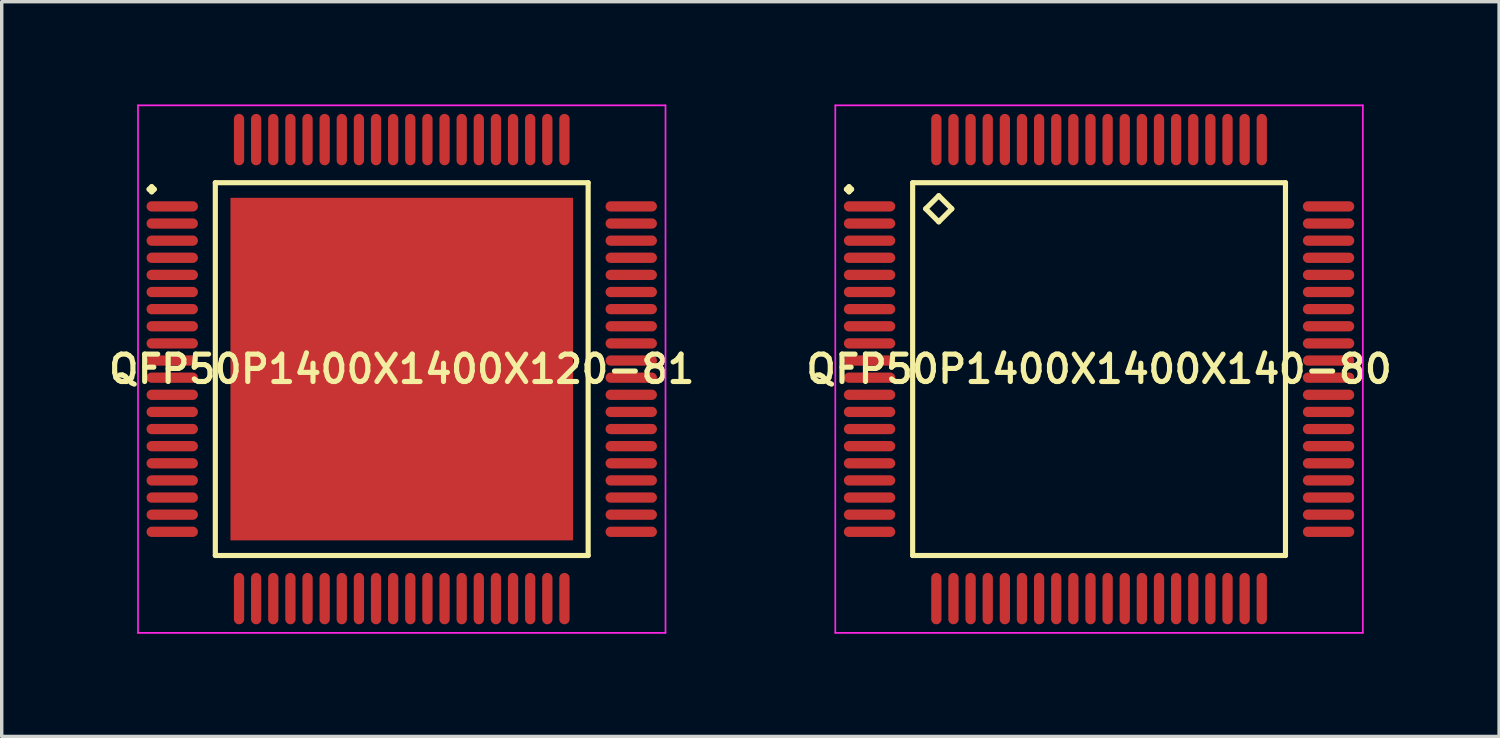
<source format=kicad_pcb>
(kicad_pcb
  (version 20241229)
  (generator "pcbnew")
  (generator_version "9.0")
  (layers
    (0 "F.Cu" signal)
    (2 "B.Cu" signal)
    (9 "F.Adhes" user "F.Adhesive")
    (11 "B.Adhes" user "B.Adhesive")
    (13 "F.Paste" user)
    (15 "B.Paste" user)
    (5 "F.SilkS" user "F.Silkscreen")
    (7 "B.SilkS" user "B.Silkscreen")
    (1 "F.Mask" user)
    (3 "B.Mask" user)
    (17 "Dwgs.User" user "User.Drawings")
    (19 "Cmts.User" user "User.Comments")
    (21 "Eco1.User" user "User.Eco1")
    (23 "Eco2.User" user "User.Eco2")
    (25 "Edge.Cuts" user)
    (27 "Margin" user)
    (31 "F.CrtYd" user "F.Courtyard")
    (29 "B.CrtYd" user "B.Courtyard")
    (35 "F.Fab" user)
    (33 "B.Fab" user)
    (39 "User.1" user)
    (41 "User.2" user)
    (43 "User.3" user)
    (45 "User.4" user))
  (footprint "QFP50P1400X1400X120-81"
    (layer "F.Cu")
    (at 8.678 7.725)
    (property "Reference" "QFP50P1400X1400X120-81" (at 0 0 0) (layer "F.SilkS") (effects (font (size 0.8 0.8) (thickness 0.15))))
    (attr smd)
    (fp_line (start -7.375 -5.25) (end -7.3 -5.325) (stroke (width 0.15) (type solid)) (layer "F.SilkS"))
    (fp_line (start -7.3 -5.325) (end -7.225 -5.25) (stroke (width 0.15) (type solid)) (layer "F.SilkS"))
    (fp_line (start -7.3 -5.175) (end -7.375 -5.25) (stroke (width 0.15) (type solid)) (layer "F.SilkS"))
    (fp_line (start -7.225 -5.25) (end -7.3 -5.175) (stroke (width 0.15) (type solid)) (layer "F.SilkS"))
    (fp_line (start -5.442 -5.442) (end -5.442 5.442) (stroke (width 0.15) (type solid)) (layer "F.SilkS"))
    (fp_line (start -5.442 5.442) (end 5.442 5.442) (stroke (width 0.15) (type solid)) (layer "F.SilkS"))
    (fp_line (start 5.442 -5.442) (end -5.442 -5.442) (stroke (width 0.15) (type solid)) (layer "F.SilkS"))
    (fp_line (start 5.442 5.442) (end 5.442 -5.442) (stroke (width 0.15) (type solid)) (layer "F.SilkS"))
    (fp_line (start -7.7 -7.7) (end 7.7 -7.7) (stroke (width 0.05) (type solid)) (layer "F.CrtYd"))
    (fp_line (start -7.7 7.7) (end -7.7 -7.7) (stroke (width 0.05) (type solid)) (layer "F.CrtYd"))
    (fp_line (start 7.7 -7.7) (end 7.7 7.7) (stroke (width 0.05) (type solid)) (layer "F.CrtYd"))
    (fp_line (start 7.7 7.7) (end -7.7 7.7) (stroke (width 0.05) (type solid)) (layer "F.CrtYd"))
    (pad "1" smd oval (at -6.7 -4.75) (size 1.5 0.3) (layers "F.Cu" "F.Mask" "F.Paste"))
    (pad "2" smd oval (at -6.7 -4.25) (size 1.5 0.3) (layers "F.Cu" "F.Mask" "F.Paste"))
    (pad "3" smd oval (at -6.7 -3.75) (size 1.5 0.3) (layers "F.Cu" "F.Mask" "F.Paste"))
    (pad "4" smd oval (at -6.7 -3.25) (size 1.5 0.3) (layers "F.Cu" "F.Mask" "F.Paste"))
    (pad "5" smd oval (at -6.7 -2.75) (size 1.5 0.3) (layers "F.Cu" "F.Mask" "F.Paste"))
    (pad "6" smd oval (at -6.7 -2.25) (size 1.5 0.3) (layers "F.Cu" "F.Mask" "F.Paste"))
    (pad "7" smd oval (at -6.7 -1.75) (size 1.5 0.3) (layers "F.Cu" "F.Mask" "F.Paste"))
    (pad "8" smd oval (at -6.7 -1.25) (size 1.5 0.3) (layers "F.Cu" "F.Mask" "F.Paste"))
    (pad "9" smd oval (at -6.7 -0.75) (size 1.5 0.3) (layers "F.Cu" "F.Mask" "F.Paste"))
    (pad "10" smd oval (at -6.7 -0.25) (size 1.5 0.3) (layers "F.Cu" "F.Mask" "F.Paste"))
    (pad "11" smd oval (at -6.7 0.25) (size 1.5 0.3) (layers "F.Cu" "F.Mask" "F.Paste"))
    (pad "12" smd oval (at -6.7 0.75) (size 1.5 0.3) (layers "F.Cu" "F.Mask" "F.Paste"))
    (pad "13" smd oval (at -6.7 1.25) (size 1.5 0.3) (layers "F.Cu" "F.Mask" "F.Paste"))
    (pad "14" smd oval (at -6.7 1.75) (size 1.5 0.3) (layers "F.Cu" "F.Mask" "F.Paste"))
    (pad "15" smd oval (at -6.7 2.25) (size 1.5 0.3) (layers "F.Cu" "F.Mask" "F.Paste"))
    (pad "16" smd oval (at -6.7 2.75) (size 1.5 0.3) (layers "F.Cu" "F.Mask" "F.Paste"))
    (pad "17" smd oval (at -6.7 3.25) (size 1.5 0.3) (layers "F.Cu" "F.Mask" "F.Paste"))
    (pad "18" smd oval (at -6.7 3.75) (size 1.5 0.3) (layers "F.Cu" "F.Mask" "F.Paste"))
    (pad "19" smd oval (at -6.7 4.25) (size 1.5 0.3) (layers "F.Cu" "F.Mask" "F.Paste"))
    (pad "20" smd oval (at -6.7 4.75) (size 1.5 0.3) (layers "F.Cu" "F.Mask" "F.Paste"))
    (pad "21" smd oval (at -4.75 6.7) (size 0.3 1.5) (layers "F.Cu" "F.Mask" "F.Paste"))
    (pad "22" smd oval (at -4.25 6.7) (size 0.3 1.5) (layers "F.Cu" "F.Mask" "F.Paste"))
    (pad "23" smd oval (at -3.75 6.7) (size 0.3 1.5) (layers "F.Cu" "F.Mask" "F.Paste"))
    (pad "24" smd oval (at -3.25 6.7) (size 0.3 1.5) (layers "F.Cu" "F.Mask" "F.Paste"))
    (pad "25" smd oval (at -2.75 6.7) (size 0.3 1.5) (layers "F.Cu" "F.Mask" "F.Paste"))
    (pad "26" smd oval (at -2.25 6.7) (size 0.3 1.5) (layers "F.Cu" "F.Mask" "F.Paste"))
    (pad "27" smd oval (at -1.75 6.7) (size 0.3 1.5) (layers "F.Cu" "F.Mask" "F.Paste"))
    (pad "28" smd oval (at -1.25 6.7) (size 0.3 1.5) (layers "F.Cu" "F.Mask" "F.Paste"))
    (pad "29" smd oval (at -0.75 6.7) (size 0.3 1.5) (layers "F.Cu" "F.Mask" "F.Paste"))
    (pad "30" smd oval (at -0.25 6.7) (size 0.3 1.5) (layers "F.Cu" "F.Mask" "F.Paste"))
    (pad "31" smd oval (at 0.25 6.7) (size 0.3 1.5) (layers "F.Cu" "F.Mask" "F.Paste"))
    (pad "32" smd oval (at 0.75 6.7) (size 0.3 1.5) (layers "F.Cu" "F.Mask" "F.Paste"))
    (pad "33" smd oval (at 1.25 6.7) (size 0.3 1.5) (layers "F.Cu" "F.Mask" "F.Paste"))
    (pad "34" smd oval (at 1.75 6.7) (size 0.3 1.5) (layers "F.Cu" "F.Mask" "F.Paste"))
    (pad "35" smd oval (at 2.25 6.7) (size 0.3 1.5) (layers "F.Cu" "F.Mask" "F.Paste"))
    (pad "36" smd oval (at 2.75 6.7) (size 0.3 1.5) (layers "F.Cu" "F.Mask" "F.Paste"))
    (pad "37" smd oval (at 3.25 6.7) (size 0.3 1.5) (layers "F.Cu" "F.Mask" "F.Paste"))
    (pad "38" smd oval (at 3.75 6.7) (size 0.3 1.5) (layers "F.Cu" "F.Mask" "F.Paste"))
    (pad "39" smd oval (at 4.25 6.7) (size 0.3 1.5) (layers "F.Cu" "F.Mask" "F.Paste"))
    (pad "40" smd oval (at 4.75 6.7) (size 0.3 1.5) (layers "F.Cu" "F.Mask" "F.Paste"))
    (pad "41" smd oval (at 6.7 4.75) (size 1.5 0.3) (layers "F.Cu" "F.Mask" "F.Paste"))
    (pad "42" smd oval (at 6.7 4.25) (size 1.5 0.3) (layers "F.Cu" "F.Mask" "F.Paste"))
    (pad "43" smd oval (at 6.7 3.75) (size 1.5 0.3) (layers "F.Cu" "F.Mask" "F.Paste"))
    (pad "44" smd oval (at 6.7 3.25) (size 1.5 0.3) (layers "F.Cu" "F.Mask" "F.Paste"))
    (pad "45" smd oval (at 6.7 2.75) (size 1.5 0.3) (layers "F.Cu" "F.Mask" "F.Paste"))
    (pad "46" smd oval (at 6.7 2.25) (size 1.5 0.3) (layers "F.Cu" "F.Mask" "F.Paste"))
    (pad "47" smd oval (at 6.7 1.75) (size 1.5 0.3) (layers "F.Cu" "F.Mask" "F.Paste"))
    (pad "48" smd oval (at 6.7 1.25) (size 1.5 0.3) (layers "F.Cu" "F.Mask" "F.Paste"))
    (pad "49" smd oval (at 6.7 0.75) (size 1.5 0.3) (layers "F.Cu" "F.Mask" "F.Paste"))
    (pad "50" smd oval (at 6.7 0.25) (size 1.5 0.3) (layers "F.Cu" "F.Mask" "F.Paste"))
    (pad "51" smd oval (at 6.7 -0.25) (size 1.5 0.3) (layers "F.Cu" "F.Mask" "F.Paste"))
    (pad "52" smd oval (at 6.7 -0.75) (size 1.5 0.3) (layers "F.Cu" "F.Mask" "F.Paste"))
    (pad "53" smd oval (at 6.7 -1.25) (size 1.5 0.3) (layers "F.Cu" "F.Mask" "F.Paste"))
    (pad "54" smd oval (at 6.7 -1.75) (size 1.5 0.3) (layers "F.Cu" "F.Mask" "F.Paste"))
    (pad "55" smd oval (at 6.7 -2.25) (size 1.5 0.3) (layers "F.Cu" "F.Mask" "F.Paste"))
    (pad "56" smd oval (at 6.7 -2.75) (size 1.5 0.3) (layers "F.Cu" "F.Mask" "F.Paste"))
    (pad "57" smd oval (at 6.7 -3.25) (size 1.5 0.3) (layers "F.Cu" "F.Mask" "F.Paste"))
    (pad "58" smd oval (at 6.7 -3.75) (size 1.5 0.3) (layers "F.Cu" "F.Mask" "F.Paste"))
    (pad "59" smd oval (at 6.7 -4.25) (size 1.5 0.3) (layers "F.Cu" "F.Mask" "F.Paste"))
    (pad "60" smd oval (at 6.7 -4.75) (size 1.5 0.3) (layers "F.Cu" "F.Mask" "F.Paste"))
    (pad "61" smd oval (at 4.75 -6.7) (size 0.3 1.5) (layers "F.Cu" "F.Mask" "F.Paste"))
    (pad "62" smd oval (at 4.25 -6.7) (size 0.3 1.5) (layers "F.Cu" "F.Mask" "F.Paste"))
    (pad "63" smd oval (at 3.75 -6.7) (size 0.3 1.5) (layers "F.Cu" "F.Mask" "F.Paste"))
    (pad "64" smd oval (at 3.25 -6.7) (size 0.3 1.5) (layers "F.Cu" "F.Mask" "F.Paste"))
    (pad "65" smd oval (at 2.75 -6.7) (size 0.3 1.5) (layers "F.Cu" "F.Mask" "F.Paste"))
    (pad "66" smd oval (at 2.25 -6.7) (size 0.3 1.5) (layers "F.Cu" "F.Mask" "F.Paste"))
    (pad "67" smd oval (at 1.75 -6.7) (size 0.3 1.5) (layers "F.Cu" "F.Mask" "F.Paste"))
    (pad "68" smd oval (at 1.25 -6.7) (size 0.3 1.5) (layers "F.Cu" "F.Mask" "F.Paste"))
    (pad "69" smd oval (at 0.75 -6.7) (size 0.3 1.5) (layers "F.Cu" "F.Mask" "F.Paste"))
    (pad "70" smd oval (at 0.25 -6.7) (size 0.3 1.5) (layers "F.Cu" "F.Mask" "F.Paste"))
    (pad "71" smd oval (at -0.25 -6.7) (size 0.3 1.5) (layers "F.Cu" "F.Mask" "F.Paste"))
    (pad "72" smd oval (at -0.75 -6.7) (size 0.3 1.5) (layers "F.Cu" "F.Mask" "F.Paste"))
    (pad "73" smd oval (at -1.25 -6.7) (size 0.3 1.5) (layers "F.Cu" "F.Mask" "F.Paste"))
    (pad "74" smd oval (at -1.75 -6.7) (size 0.3 1.5) (layers "F.Cu" "F.Mask" "F.Paste"))
    (pad "75" smd oval (at -2.25 -6.7) (size 0.3 1.5) (layers "F.Cu" "F.Mask" "F.Paste"))
    (pad "76" smd oval (at -2.75 -6.7) (size 0.3 1.5) (layers "F.Cu" "F.Mask" "F.Paste"))
    (pad "77" smd oval (at -3.25 -6.7) (size 0.3 1.5) (layers "F.Cu" "F.Mask" "F.Paste"))
    (pad "78" smd oval (at -3.75 -6.7) (size 0.3 1.5) (layers "F.Cu" "F.Mask" "F.Paste"))
    (pad "79" smd oval (at -4.25 -6.7) (size 0.3 1.5) (layers "F.Cu" "F.Mask" "F.Paste"))
    (pad "80" smd oval (at -4.75 -6.7) (size 0.3 1.5) (layers "F.Cu" "F.Mask" "F.Paste"))
    (pad "81" smd rect (at 0 0) (size 10 10) (layers "F.Cu" "F.Mask" "F.Paste")))
  (footprint "QFP50P1400X1400X140-80"
    (layer "F.Cu")
    (at 29.035 7.725)
    (property "Reference" "QFP50P1400X1400X140-80" (at 0 0 0) (layer "F.SilkS") (effects (font (size 0.8 0.8) (thickness 0.15))))
    (attr smd)
    (fp_line (start -7.375 -5.25) (end -7.3 -5.325) (stroke (width 0.15) (type solid)) (layer "F.SilkS"))
    (fp_line (start -7.3 -5.325) (end -7.225 -5.25) (stroke (width 0.15) (type solid)) (layer "F.SilkS"))
    (fp_line (start -7.3 -5.175) (end -7.375 -5.25) (stroke (width 0.15) (type solid)) (layer "F.SilkS"))
    (fp_line (start -7.225 -5.25) (end -7.3 -5.175) (stroke (width 0.15) (type solid)) (layer "F.SilkS"))
    (fp_line (start -5.442 -5.442) (end -5.442 5.442) (stroke (width 0.15) (type solid)) (layer "F.SilkS"))
    (fp_line (start -5.442 5.442) (end 5.442 5.442) (stroke (width 0.15) (type solid)) (layer "F.SilkS"))
    (fp_line (start -5.061 -4.68) (end -4.68 -5.061) (stroke (width 0.15) (type solid)) (layer "F.SilkS"))
    (fp_line (start -4.68 -5.061) (end -4.299 -4.68) (stroke (width 0.15) (type solid)) (layer "F.SilkS"))
    (fp_line (start -4.68 -4.299) (end -5.061 -4.68) (stroke (width 0.15) (type solid)) (layer "F.SilkS"))
    (fp_line (start -4.299 -4.68) (end -4.68 -4.299) (stroke (width 0.15) (type solid)) (layer "F.SilkS"))
    (fp_line (start 5.442 -5.442) (end -5.442 -5.442) (stroke (width 0.15) (type solid)) (layer "F.SilkS"))
    (fp_line (start 5.442 5.442) (end 5.442 -5.442) (stroke (width 0.15) (type solid)) (layer "F.SilkS"))
    (fp_line (start -7.7 -7.7) (end 7.7 -7.7) (stroke (width 0.05) (type solid)) (layer "F.CrtYd"))
    (fp_line (start -7.7 7.7) (end -7.7 -7.7) (stroke (width 0.05) (type solid)) (layer "F.CrtYd"))
    (fp_line (start 7.7 -7.7) (end 7.7 7.7) (stroke (width 0.05) (type solid)) (layer "F.CrtYd"))
    (fp_line (start 7.7 7.7) (end -7.7 7.7) (stroke (width 0.05) (type solid)) (layer "F.CrtYd"))
    (pad "1" smd oval (at -6.7 -4.75) (size 1.5 0.3) (layers "F.Cu" "F.Mask" "F.Paste"))
    (pad "2" smd oval (at -6.7 -4.25) (size 1.5 0.3) (layers "F.Cu" "F.Mask" "F.Paste"))
    (pad "3" smd oval (at -6.7 -3.75) (size 1.5 0.3) (layers "F.Cu" "F.Mask" "F.Paste"))
    (pad "4" smd oval (at -6.7 -3.25) (size 1.5 0.3) (layers "F.Cu" "F.Mask" "F.Paste"))
    (pad "5" smd oval (at -6.7 -2.75) (size 1.5 0.3) (layers "F.Cu" "F.Mask" "F.Paste"))
    (pad "6" smd oval (at -6.7 -2.25) (size 1.5 0.3) (layers "F.Cu" "F.Mask" "F.Paste"))
    (pad "7" smd oval (at -6.7 -1.75) (size 1.5 0.3) (layers "F.Cu" "F.Mask" "F.Paste"))
    (pad "8" smd oval (at -6.7 -1.25) (size 1.5 0.3) (layers "F.Cu" "F.Mask" "F.Paste"))
    (pad "9" smd oval (at -6.7 -0.75) (size 1.5 0.3) (layers "F.Cu" "F.Mask" "F.Paste"))
    (pad "10" smd oval (at -6.7 -0.25) (size 1.5 0.3) (layers "F.Cu" "F.Mask" "F.Paste"))
    (pad "11" smd oval (at -6.7 0.25) (size 1.5 0.3) (layers "F.Cu" "F.Mask" "F.Paste"))
    (pad "12" smd oval (at -6.7 0.75) (size 1.5 0.3) (layers "F.Cu" "F.Mask" "F.Paste"))
    (pad "13" smd oval (at -6.7 1.25) (size 1.5 0.3) (layers "F.Cu" "F.Mask" "F.Paste"))
    (pad "14" smd oval (at -6.7 1.75) (size 1.5 0.3) (layers "F.Cu" "F.Mask" "F.Paste"))
    (pad "15" smd oval (at -6.7 2.25) (size 1.5 0.3) (layers "F.Cu" "F.Mask" "F.Paste"))
    (pad "16" smd oval (at -6.7 2.75) (size 1.5 0.3) (layers "F.Cu" "F.Mask" "F.Paste"))
    (pad "17" smd oval (at -6.7 3.25) (size 1.5 0.3) (layers "F.Cu" "F.Mask" "F.Paste"))
    (pad "18" smd oval (at -6.7 3.75) (size 1.5 0.3) (layers "F.Cu" "F.Mask" "F.Paste"))
    (pad "19" smd oval (at -6.7 4.25) (size 1.5 0.3) (layers "F.Cu" "F.Mask" "F.Paste"))
    (pad "20" smd oval (at -6.7 4.75) (size 1.5 0.3) (layers "F.Cu" "F.Mask" "F.Paste"))
    (pad "21" smd oval (at -4.75 6.7) (size 0.3 1.5) (layers "F.Cu" "F.Mask" "F.Paste"))
    (pad "22" smd oval (at -4.25 6.7) (size 0.3 1.5) (layers "F.Cu" "F.Mask" "F.Paste"))
    (pad "23" smd oval (at -3.75 6.7) (size 0.3 1.5) (layers "F.Cu" "F.Mask" "F.Paste"))
    (pad "24" smd oval (at -3.25 6.7) (size 0.3 1.5) (layers "F.Cu" "F.Mask" "F.Paste"))
    (pad "25" smd oval (at -2.75 6.7) (size 0.3 1.5) (layers "F.Cu" "F.Mask" "F.Paste"))
    (pad "26" smd oval (at -2.25 6.7) (size 0.3 1.5) (layers "F.Cu" "F.Mask" "F.Paste"))
    (pad "27" smd oval (at -1.75 6.7) (size 0.3 1.5) (layers "F.Cu" "F.Mask" "F.Paste"))
    (pad "28" smd oval (at -1.25 6.7) (size 0.3 1.5) (layers "F.Cu" "F.Mask" "F.Paste"))
    (pad "29" smd oval (at -0.75 6.7) (size 0.3 1.5) (layers "F.Cu" "F.Mask" "F.Paste"))
    (pad "30" smd oval (at -0.25 6.7) (size 0.3 1.5) (layers "F.Cu" "F.Mask" "F.Paste"))
    (pad "31" smd oval (at 0.25 6.7) (size 0.3 1.5) (layers "F.Cu" "F.Mask" "F.Paste"))
    (pad "32" smd oval (at 0.75 6.7) (size 0.3 1.5) (layers "F.Cu" "F.Mask" "F.Paste"))
    (pad "33" smd oval (at 1.25 6.7) (size 0.3 1.5) (layers "F.Cu" "F.Mask" "F.Paste"))
    (pad "34" smd oval (at 1.75 6.7) (size 0.3 1.5) (layers "F.Cu" "F.Mask" "F.Paste"))
    (pad "35" smd oval (at 2.25 6.7) (size 0.3 1.5) (layers "F.Cu" "F.Mask" "F.Paste"))
    (pad "36" smd oval (at 2.75 6.7) (size 0.3 1.5) (layers "F.Cu" "F.Mask" "F.Paste"))
    (pad "37" smd oval (at 3.25 6.7) (size 0.3 1.5) (layers "F.Cu" "F.Mask" "F.Paste"))
    (pad "38" smd oval (at 3.75 6.7) (size 0.3 1.5) (layers "F.Cu" "F.Mask" "F.Paste"))
    (pad "39" smd oval (at 4.25 6.7) (size 0.3 1.5) (layers "F.Cu" "F.Mask" "F.Paste"))
    (pad "40" smd oval (at 4.75 6.7) (size 0.3 1.5) (layers "F.Cu" "F.Mask" "F.Paste"))
    (pad "41" smd oval (at 6.7 4.75) (size 1.5 0.3) (layers "F.Cu" "F.Mask" "F.Paste"))
    (pad "42" smd oval (at 6.7 4.25) (size 1.5 0.3) (layers "F.Cu" "F.Mask" "F.Paste"))
    (pad "43" smd oval (at 6.7 3.75) (size 1.5 0.3) (layers "F.Cu" "F.Mask" "F.Paste"))
    (pad "44" smd oval (at 6.7 3.25) (size 1.5 0.3) (layers "F.Cu" "F.Mask" "F.Paste"))
    (pad "45" smd oval (at 6.7 2.75) (size 1.5 0.3) (layers "F.Cu" "F.Mask" "F.Paste"))
    (pad "46" smd oval (at 6.7 2.25) (size 1.5 0.3) (layers "F.Cu" "F.Mask" "F.Paste"))
    (pad "47" smd oval (at 6.7 1.75) (size 1.5 0.3) (layers "F.Cu" "F.Mask" "F.Paste"))
    (pad "48" smd oval (at 6.7 1.25) (size 1.5 0.3) (layers "F.Cu" "F.Mask" "F.Paste"))
    (pad "49" smd oval (at 6.7 0.75) (size 1.5 0.3) (layers "F.Cu" "F.Mask" "F.Paste"))
    (pad "50" smd oval (at 6.7 0.25) (size 1.5 0.3) (layers "F.Cu" "F.Mask" "F.Paste"))
    (pad "51" smd oval (at 6.7 -0.25) (size 1.5 0.3) (layers "F.Cu" "F.Mask" "F.Paste"))
    (pad "52" smd oval (at 6.7 -0.75) (size 1.5 0.3) (layers "F.Cu" "F.Mask" "F.Paste"))
    (pad "53" smd oval (at 6.7 -1.25) (size 1.5 0.3) (layers "F.Cu" "F.Mask" "F.Paste"))
    (pad "54" smd oval (at 6.7 -1.75) (size 1.5 0.3) (layers "F.Cu" "F.Mask" "F.Paste"))
    (pad "55" smd oval (at 6.7 -2.25) (size 1.5 0.3) (layers "F.Cu" "F.Mask" "F.Paste"))
    (pad "56" smd oval (at 6.7 -2.75) (size 1.5 0.3) (layers "F.Cu" "F.Mask" "F.Paste"))
    (pad "57" smd oval (at 6.7 -3.25) (size 1.5 0.3) (layers "F.Cu" "F.Mask" "F.Paste"))
    (pad "58" smd oval (at 6.7 -3.75) (size 1.5 0.3) (layers "F.Cu" "F.Mask" "F.Paste"))
    (pad "59" smd oval (at 6.7 -4.25) (size 1.5 0.3) (layers "F.Cu" "F.Mask" "F.Paste"))
    (pad "60" smd oval (at 6.7 -4.75) (size 1.5 0.3) (layers "F.Cu" "F.Mask" "F.Paste"))
    (pad "61" smd oval (at 4.75 -6.7) (size 0.3 1.5) (layers "F.Cu" "F.Mask" "F.Paste"))
    (pad "62" smd oval (at 4.25 -6.7) (size 0.3 1.5) (layers "F.Cu" "F.Mask" "F.Paste"))
    (pad "63" smd oval (at 3.75 -6.7) (size 0.3 1.5) (layers "F.Cu" "F.Mask" "F.Paste"))
    (pad "64" smd oval (at 3.25 -6.7) (size 0.3 1.5) (layers "F.Cu" "F.Mask" "F.Paste"))
    (pad "65" smd oval (at 2.75 -6.7) (size 0.3 1.5) (layers "F.Cu" "F.Mask" "F.Paste"))
    (pad "66" smd oval (at 2.25 -6.7) (size 0.3 1.5) (layers "F.Cu" "F.Mask" "F.Paste"))
    (pad "67" smd oval (at 1.75 -6.7) (size 0.3 1.5) (layers "F.Cu" "F.Mask" "F.Paste"))
    (pad "68" smd oval (at 1.25 -6.7) (size 0.3 1.5) (layers "F.Cu" "F.Mask" "F.Paste"))
    (pad "69" smd oval (at 0.75 -6.7) (size 0.3 1.5) (layers "F.Cu" "F.Mask" "F.Paste"))
    (pad "70" smd oval (at 0.25 -6.7) (size 0.3 1.5) (layers "F.Cu" "F.Mask" "F.Paste"))
    (pad "71" smd oval (at -0.25 -6.7) (size 0.3 1.5) (layers "F.Cu" "F.Mask" "F.Paste"))
    (pad "72" smd oval (at -0.75 -6.7) (size 0.3 1.5) (layers "F.Cu" "F.Mask" "F.Paste"))
    (pad "73" smd oval (at -1.25 -6.7) (size 0.3 1.5) (layers "F.Cu" "F.Mask" "F.Paste"))
    (pad "74" smd oval (at -1.75 -6.7) (size 0.3 1.5) (layers "F.Cu" "F.Mask" "F.Paste"))
    (pad "75" smd oval (at -2.25 -6.7) (size 0.3 1.5) (layers "F.Cu" "F.Mask" "F.Paste"))
    (pad "76" smd oval (at -2.75 -6.7) (size 0.3 1.5) (layers "F.Cu" "F.Mask" "F.Paste"))
    (pad "77" smd oval (at -3.25 -6.7) (size 0.3 1.5) (layers "F.Cu" "F.Mask" "F.Paste"))
    (pad "78" smd oval (at -3.75 -6.7) (size 0.3 1.5) (layers "F.Cu" "F.Mask" "F.Paste"))
    (pad "79" smd oval (at -4.25 -6.7) (size 0.3 1.5) (layers "F.Cu" "F.Mask" "F.Paste"))
    (pad "80" smd oval (at -4.75 -6.7) (size 0.3 1.5) (layers "F.Cu" "F.Mask" "F.Paste")))
  (gr_rect
    (start -3 -3)
    (end 40.713 18.45)
    (stroke (width 0.1) (type default))
    (fill no)
    (layer "Edge.Cuts")))
</source>
